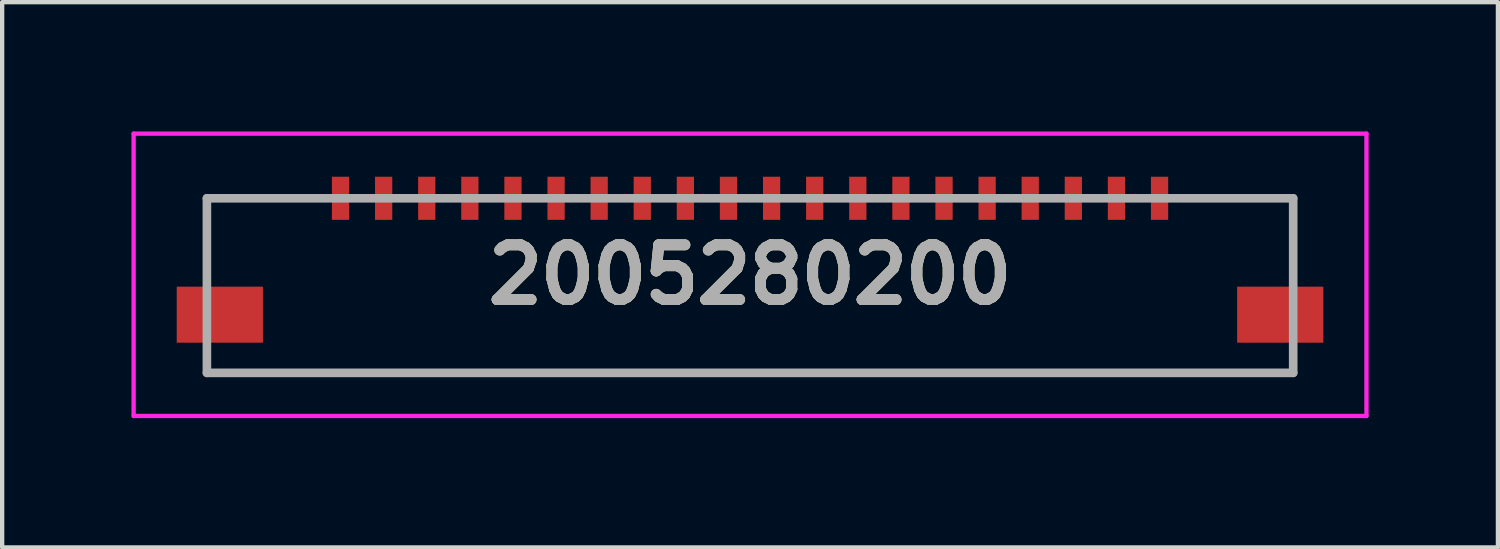
<source format=kicad_pcb>
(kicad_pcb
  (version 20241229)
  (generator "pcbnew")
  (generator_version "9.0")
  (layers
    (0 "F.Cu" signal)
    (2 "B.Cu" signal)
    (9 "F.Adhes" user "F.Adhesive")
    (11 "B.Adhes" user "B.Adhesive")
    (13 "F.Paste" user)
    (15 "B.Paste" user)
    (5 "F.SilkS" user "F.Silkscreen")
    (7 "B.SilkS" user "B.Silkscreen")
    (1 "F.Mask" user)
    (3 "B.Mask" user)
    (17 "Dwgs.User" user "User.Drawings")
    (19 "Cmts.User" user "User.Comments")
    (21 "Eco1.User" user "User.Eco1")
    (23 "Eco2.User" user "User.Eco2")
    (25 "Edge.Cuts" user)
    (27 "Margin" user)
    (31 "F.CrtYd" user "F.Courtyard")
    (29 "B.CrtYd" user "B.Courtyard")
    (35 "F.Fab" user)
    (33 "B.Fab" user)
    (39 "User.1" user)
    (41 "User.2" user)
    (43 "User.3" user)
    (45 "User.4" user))
  (footprint "2005280200"
    (layer "F.Cu")
    (at 14.35 3.575)
    (property "Reference" "2005280200" (at 0 -0.25 0) (layer "F.SilkS") (effects (font (size 1.27 1.27) (thickness 0.254))))
    (attr smd)
    (fp_line (start -10.7 2.025) (end 8.9 2.025) (stroke (width 0.1) (type solid)) (layer "F.SilkS"))
    (fp_line (start -14.3 -3.525) (end 14.3 -3.525) (stroke (width 0.1) (type solid)) (layer "F.CrtYd"))
    (fp_line (start -14.3 3.025) (end -14.3 -3.525) (stroke (width 0.1) (type solid)) (layer "F.CrtYd"))
    (fp_line (start 14.3 -3.525) (end 14.3 3.025) (stroke (width 0.1) (type solid)) (layer "F.CrtYd"))
    (fp_line (start 14.3 3.025) (end -14.3 3.025) (stroke (width 0.1) (type solid)) (layer "F.CrtYd"))
    (fp_line (start -12.6 -2.025) (end 12.6 -2.025) (stroke (width 0.2) (type solid)) (layer "F.Fab"))
    (fp_line (start -12.6 2.025) (end -12.6 -2.025) (stroke (width 0.2) (type solid)) (layer "F.Fab"))
    (fp_line (start 12.6 -2.025) (end 12.6 2.025) (stroke (width 0.2) (type solid)) (layer "F.Fab"))
    (fp_line (start 12.6 2.025) (end -12.6 2.025) (stroke (width 0.2) (type solid)) (layer "F.Fab"))
    (fp_text user "${REFERENCE}" (at 0 -0.25 0) (layer "F.Fab") (effects (font (size 1.27 1.27) (thickness 0.254))))
    (pad "1" smd rect (at -9.5 -2.025) (size 0.4 1) (layers "F.Cu" "F.Mask" "F.Paste"))
    (pad "2" smd rect (at -8.5 -2.025) (size 0.4 1) (layers "F.Cu" "F.Mask" "F.Paste"))
    (pad "3" smd rect (at -7.5 -2.025) (size 0.4 1) (layers "F.Cu" "F.Mask" "F.Paste"))
    (pad "4" smd rect (at -6.5 -2.025) (size 0.4 1) (layers "F.Cu" "F.Mask" "F.Paste"))
    (pad "5" smd rect (at -5.5 -2.025) (size 0.4 1) (layers "F.Cu" "F.Mask" "F.Paste"))
    (pad "6" smd rect (at -4.5 -2.025) (size 0.4 1) (layers "F.Cu" "F.Mask" "F.Paste"))
    (pad "7" smd rect (at -3.5 -2.025) (size 0.4 1) (layers "F.Cu" "F.Mask" "F.Paste"))
    (pad "8" smd rect (at -2.5 -2.025) (size 0.4 1) (layers "F.Cu" "F.Mask" "F.Paste"))
    (pad "9" smd rect (at -1.5 -2.025) (size 0.4 1) (layers "F.Cu" "F.Mask" "F.Paste"))
    (pad "10" smd rect (at -0.5 -2.025) (size 0.4 1) (layers "F.Cu" "F.Mask" "F.Paste"))
    (pad "11" smd rect (at 0.5 -2.025) (size 0.4 1) (layers "F.Cu" "F.Mask" "F.Paste"))
    (pad "12" smd rect (at 1.5 -2.025) (size 0.4 1) (layers "F.Cu" "F.Mask" "F.Paste"))
    (pad "13" smd rect (at 2.5 -2.025) (size 0.4 1) (layers "F.Cu" "F.Mask" "F.Paste"))
    (pad "14" smd rect (at 3.5 -2.025) (size 0.4 1) (layers "F.Cu" "F.Mask" "F.Paste"))
    (pad "15" smd rect (at 4.5 -2.025) (size 0.4 1) (layers "F.Cu" "F.Mask" "F.Paste"))
    (pad "16" smd rect (at 5.5 -2.025) (size 0.4 1) (layers "F.Cu" "F.Mask" "F.Paste"))
    (pad "17" smd rect (at 6.5 -2.025) (size 0.4 1) (layers "F.Cu" "F.Mask" "F.Paste"))
    (pad "18" smd rect (at 7.5 -2.025) (size 0.4 1) (layers "F.Cu" "F.Mask" "F.Paste"))
    (pad "19" smd rect (at 8.5 -2.025) (size 0.4 1) (layers "F.Cu" "F.Mask" "F.Paste"))
    (pad "20" smd rect (at 9.5 -2.025) (size 0.4 1) (layers "F.Cu" "F.Mask" "F.Paste"))
    (pad "MP1" smd rect (at -12.3 0.675 90) (size 1.3 2) (layers "F.Cu" "F.Mask" "F.Paste"))
    (pad "MP2" smd rect (at 12.3 0.675 90) (size 1.3 2) (layers "F.Cu" "F.Mask" "F.Paste")))
  (gr_rect
    (start -3 -3)
    (end 31.7 9.65)
    (stroke (width 0.1) (type default))
    (fill no)
    (layer "Edge.Cuts")))
</source>
